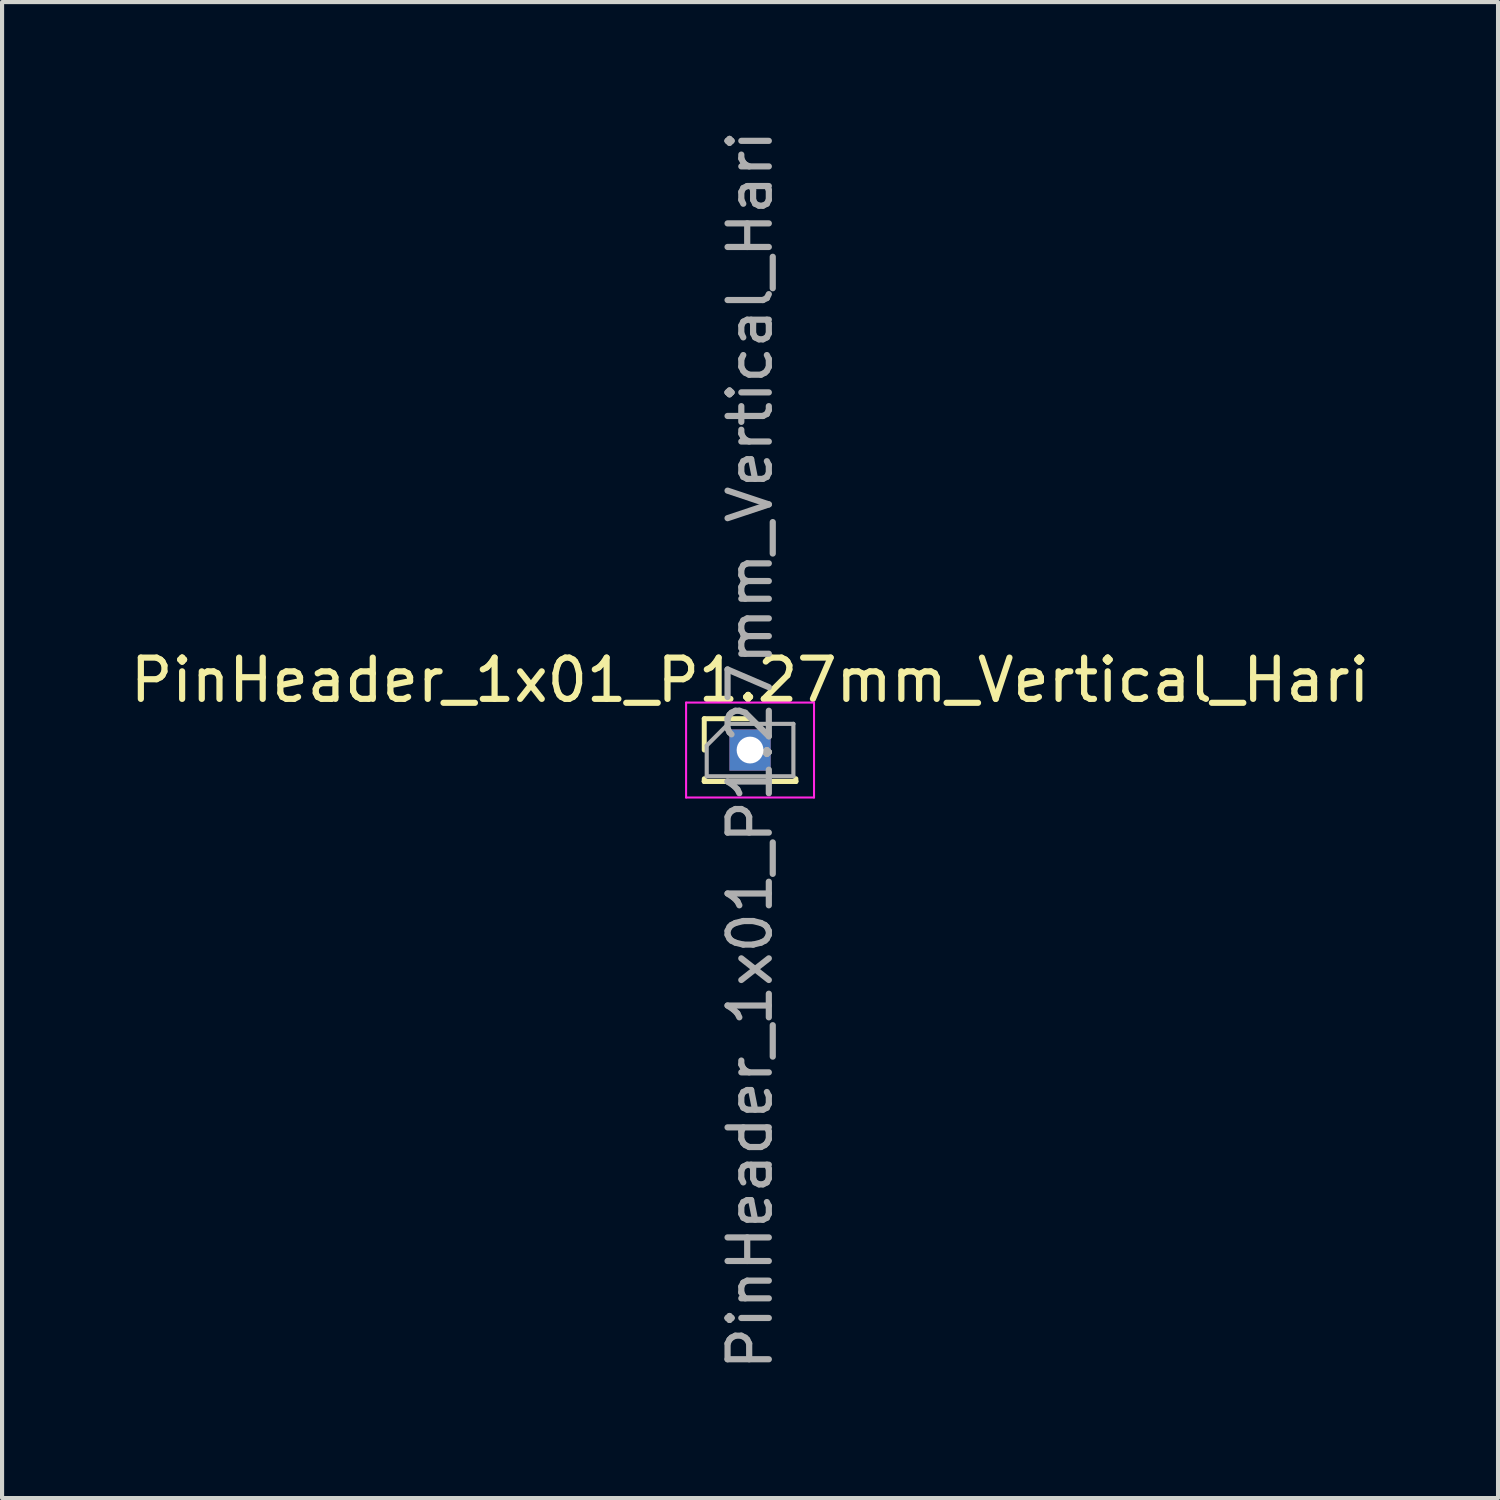
<source format=kicad_pcb>
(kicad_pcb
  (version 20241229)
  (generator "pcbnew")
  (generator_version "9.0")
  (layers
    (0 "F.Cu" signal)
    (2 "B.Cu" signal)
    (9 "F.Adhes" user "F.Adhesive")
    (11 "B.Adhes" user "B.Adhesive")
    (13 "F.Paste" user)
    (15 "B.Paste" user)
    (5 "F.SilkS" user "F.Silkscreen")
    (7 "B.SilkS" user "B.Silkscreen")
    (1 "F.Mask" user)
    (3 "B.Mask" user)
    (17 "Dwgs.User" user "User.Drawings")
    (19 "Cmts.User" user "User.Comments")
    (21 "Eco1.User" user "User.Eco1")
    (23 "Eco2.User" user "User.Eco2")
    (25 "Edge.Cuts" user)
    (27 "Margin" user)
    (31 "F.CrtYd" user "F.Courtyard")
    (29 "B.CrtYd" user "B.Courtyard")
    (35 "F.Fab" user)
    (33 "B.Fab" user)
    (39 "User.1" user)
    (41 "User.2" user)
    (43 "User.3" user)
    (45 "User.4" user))
  (footprint "PinHeader_1x01_P1.27mm_Vertical_Hari"
    (layer "F.Cu")
    (at 15.125 15.125)
    (property "Reference" "PinHeader_1x01_P1.27mm_Vertical_Hari" (at 0 -1.695 0) (layer "F.SilkS") (effects (font (size 1 1) (thickness 0.15))))
    (attr through_hole)
    (fp_line (start -1.11 -0.76) (end 0 -0.76) (stroke (width 0.12) (type solid)) (layer "F.SilkS"))
    (fp_line (start -1.11 0) (end -1.11 -0.76) (stroke (width 0.12) (type solid)) (layer "F.SilkS"))
    (fp_line (start -1.11 0.76) (end -1.11 0.695) (stroke (width 0.12) (type solid)) (layer "F.SilkS"))
    (fp_line (start -1.11 0.76) (end -0.563 0.76) (stroke (width 0.12) (type solid)) (layer "F.SilkS"))
    (fp_line (start -1.11 0.76) (end 1.11 0.76) (stroke (width 0.12) (type solid)) (layer "F.SilkS"))
    (fp_line (start 0.563 0.76) (end 1.11 0.76) (stroke (width 0.12) (type solid)) (layer "F.SilkS"))
    (fp_line (start 1.11 0.76) (end 1.11 0.695) (stroke (width 0.12) (type solid)) (layer "F.SilkS"))
    (fp_line (start -1.55 -1.15) (end -1.55 1.15) (stroke (width 0.05) (type solid)) (layer "F.CrtYd"))
    (fp_line (start -1.55 1.15) (end 1.55 1.15) (stroke (width 0.05) (type solid)) (layer "F.CrtYd"))
    (fp_line (start 1.55 -1.15) (end -1.55 -1.15) (stroke (width 0.05) (type solid)) (layer "F.CrtYd"))
    (fp_line (start 1.55 1.15) (end 1.55 -1.15) (stroke (width 0.05) (type solid)) (layer "F.CrtYd"))
    (fp_line (start -1.05 -0.11) (end -0.525 -0.635) (stroke (width 0.1) (type solid)) (layer "F.Fab"))
    (fp_line (start -1.05 0.635) (end -1.05 -0.11) (stroke (width 0.1) (type solid)) (layer "F.Fab"))
    (fp_line (start -0.525 -0.635) (end 1.05 -0.635) (stroke (width 0.1) (type solid)) (layer "F.Fab"))
    (fp_line (start 1.05 -0.635) (end 1.05 0.635) (stroke (width 0.1) (type solid)) (layer "F.Fab"))
    (fp_line (start 1.05 0.635) (end -1.05 0.635) (stroke (width 0.1) (type solid)) (layer "F.Fab"))
    (fp_text user "${REFERENCE}" (at 0 0 90) (layer "F.Fab") (effects (font (size 1 1) (thickness 0.15))))
    (pad "1" thru_hole rect (at 0 0) (size 1 1) (drill 0.65) (layers "*.Cu" "*.Mask")))
  (gr_rect
    (start -3 -3)
    (end 33.25 33.25)
    (stroke (width 0.1) (type default))
    (fill no)
    (layer "Edge.Cuts")))
</source>
